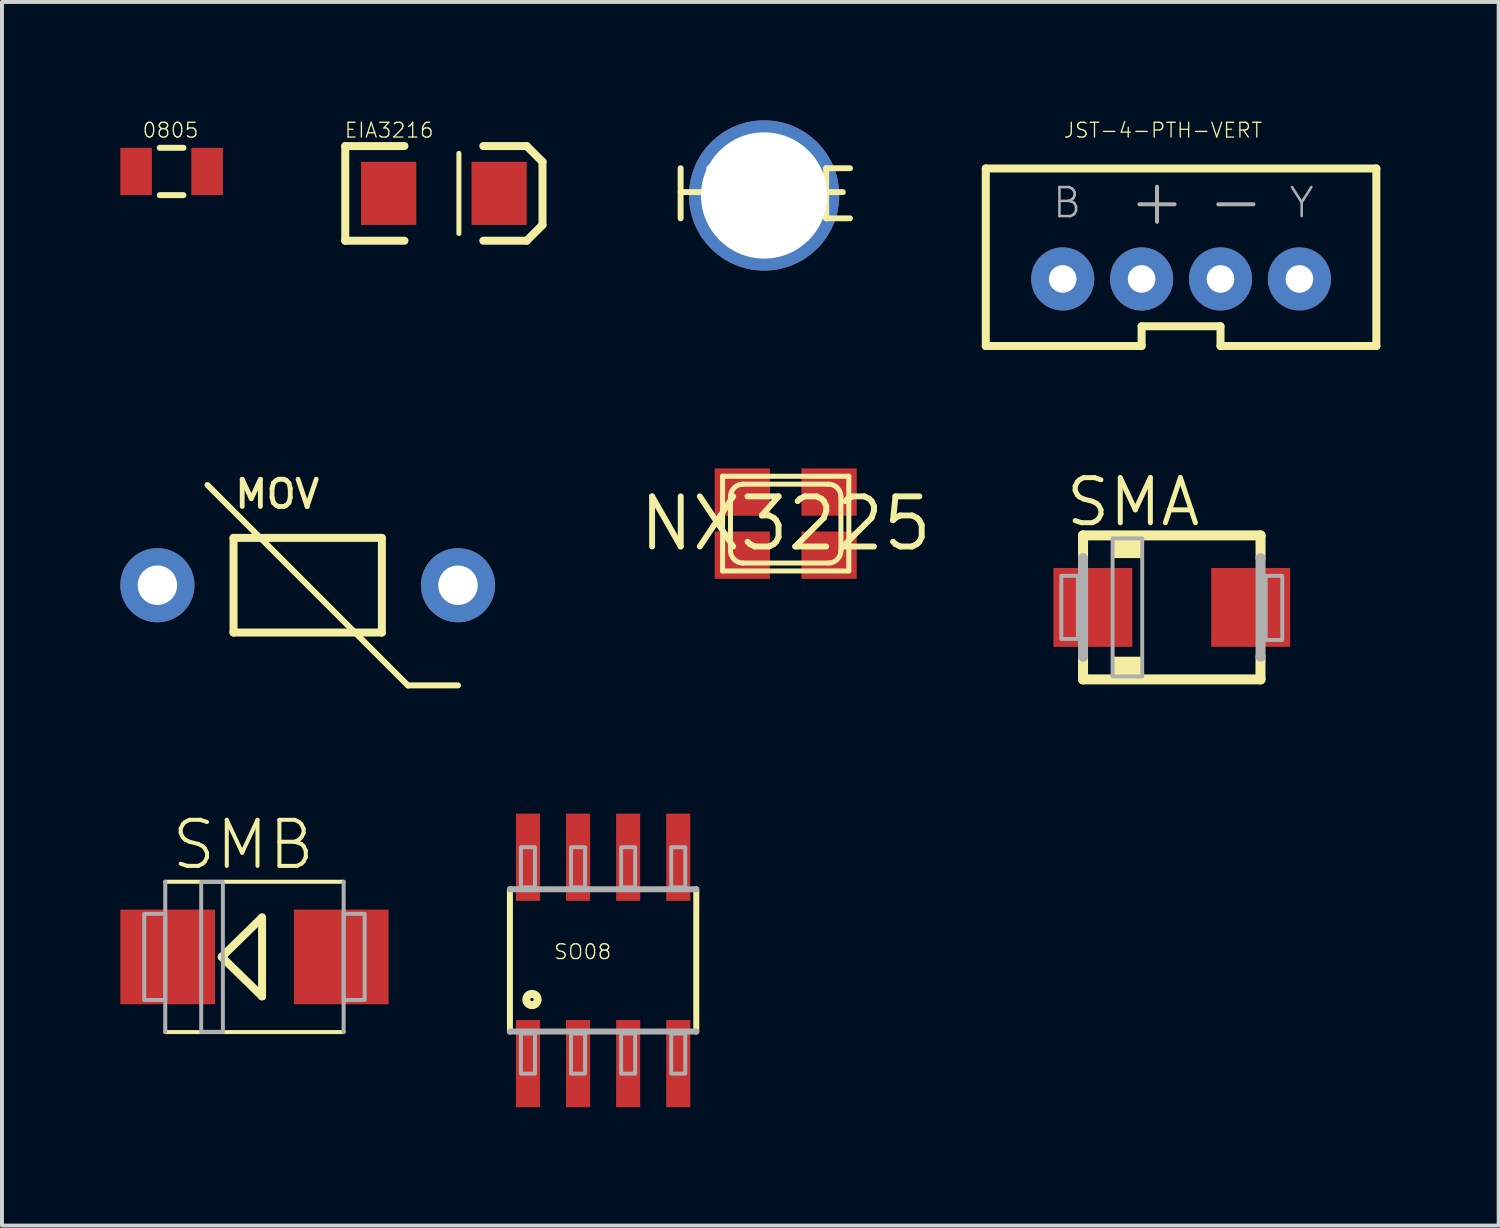
<source format=kicad_pcb>
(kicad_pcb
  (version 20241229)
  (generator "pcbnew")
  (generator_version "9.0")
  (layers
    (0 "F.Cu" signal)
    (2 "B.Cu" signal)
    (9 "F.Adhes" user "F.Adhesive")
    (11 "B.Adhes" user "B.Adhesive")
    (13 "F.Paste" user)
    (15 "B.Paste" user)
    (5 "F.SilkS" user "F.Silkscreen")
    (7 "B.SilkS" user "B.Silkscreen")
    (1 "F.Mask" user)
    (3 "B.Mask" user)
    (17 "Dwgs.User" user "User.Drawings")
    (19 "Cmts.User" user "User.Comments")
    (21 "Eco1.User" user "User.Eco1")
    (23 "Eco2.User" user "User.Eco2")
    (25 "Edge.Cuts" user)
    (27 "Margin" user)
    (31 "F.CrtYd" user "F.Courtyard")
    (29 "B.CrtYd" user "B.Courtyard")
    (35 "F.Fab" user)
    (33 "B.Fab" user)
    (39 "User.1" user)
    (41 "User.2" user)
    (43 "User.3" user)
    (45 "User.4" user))
  (footprint "MOV"
    (layer "F.Cu")
    (at 9.83 14.325)
    (property "Reference" "MOV" (at -6.985 -4.445 0) (unlocked yes) (layer "F.SilkS") (effects (font (size 0.691 0.691) (thickness 0.122)) (justify left bottom)))
    (fp_line (start -7.62 -5.08) (end -2.54 0) (stroke (width 0.152) (type solid)) (layer "F.SilkS"))
    (fp_line (start -6.96 -3.74) (end -3.2 -3.74) (stroke (width 0.203) (type solid)) (layer "F.SilkS"))
    (fp_line (start -6.96 -1.34) (end -6.96 -3.74) (stroke (width 0.203) (type solid)) (layer "F.SilkS"))
    (fp_line (start -3.2 -3.74) (end -3.2 -1.34) (stroke (width 0.203) (type solid)) (layer "F.SilkS"))
    (fp_line (start -3.2 -1.34) (end -6.96 -1.34) (stroke (width 0.203) (type solid)) (layer "F.SilkS"))
    (fp_line (start -2.54 0) (end -1.27 0) (stroke (width 0.152) (type solid)) (layer "F.SilkS"))
    (pad "P$1" thru_hole circle (at -8.89 -2.54) (size 1.88 1.88) (drill 1) (layers "*.Cu" "*.Mask"))
    (pad "P$2" thru_hole circle (at -1.27 -2.54) (size 1.88 1.88) (drill 1) (layers "*.Cu" "*.Mask")))
  (footprint "JST-4-PTH-VERT"
    (layer "F.Cu")
    (at 26.889 3.471)
    (property "Reference" "JST-4-PTH-VERT" (at -3 -3 0) (unlocked yes) (layer "F.SilkS") (effects (font (size 0.374 0.374) (thickness 0.033)) (justify left bottom)))
    (fp_line (start -4.95 -2.25) (end 4.95 -2.25) (stroke (width 0.203) (type solid)) (layer "F.SilkS"))
    (fp_line (start -4.95 2.25) (end -4.95 -2.25) (stroke (width 0.203) (type solid)) (layer "F.SilkS"))
    (fp_line (start -1 1.75) (end -1 2.25) (stroke (width 0.203) (type solid)) (layer "F.SilkS"))
    (fp_line (start -1 1.75) (end 1 1.75) (stroke (width 0.203) (type solid)) (layer "F.SilkS"))
    (fp_line (start -1 2.25) (end -4.95 2.25) (stroke (width 0.203) (type solid)) (layer "F.SilkS"))
    (fp_line (start 1 1.75) (end 1 2.25) (stroke (width 0.203) (type solid)) (layer "F.SilkS"))
    (fp_line (start 4.95 -2.25) (end 4.95 2.25) (stroke (width 0.203) (type solid)) (layer "F.SilkS"))
    (fp_line (start 4.95 2.25) (end 1 2.25) (stroke (width 0.203) (type solid)) (layer "F.SilkS"))
    (fp_text user "B" (at -3.3 -0.95 0) (layer "F.Fab") (effects (font (size 0.736 0.736) (thickness 0.064)) (justify left bottom)))
    (fp_text user "+" (at -1.4 -0.75 0) (layer "F.Fab") (effects (font (size 1.168 1.168) (thickness 0.102)) (justify left bottom)))
    (fp_text user "Y" (at 2.7 -0.95 0) (layer "F.Fab") (effects (font (size 0.736 0.736) (thickness 0.064)) (justify left bottom)))
    (fp_text user "-" (at 0.6 -0.75 0) (layer "F.Fab") (effects (font (size 1.168 1.168) (thickness 0.102)) (justify left bottom)))
    (pad "1" thru_hole circle (at -3 0.55) (size 1.6 1.6) (drill 0.7) (layers "*.Cu" "*.Mask"))
    (pad "2" thru_hole circle (at -1 0.55) (size 1.6 1.6) (drill 0.7) (layers "*.Cu" "*.Mask"))
    (pad "3" thru_hole circle (at 1 0.55) (size 1.6 1.6) (drill 0.7) (layers "*.Cu" "*.Mask"))
    (pad "4" thru_hole circle (at 3 0.55) (size 1.6 1.6) (drill 0.7) (layers "*.Cu" "*.Mask")))
  (footprint "SMB"
    (layer "F.Cu")
    (at 3.4 21.207)
    (property "Reference" "SMB" (at -2.159 -2.159 0) (unlocked yes) (layer "F.SilkS") (effects (font (size 1.168 1.168) (thickness 0.102)) (justify left bottom)))
    (fp_line (start -2.261 -1.905) (end 2.261 -1.905) (stroke (width 0.102) (type solid)) (layer "F.SilkS"))
    (fp_line (start -2.261 1.905) (end 2.261 1.905) (stroke (width 0.102) (type solid)) (layer "F.SilkS"))
    (fp_line (start -0.83 0) (end 0.193 1) (stroke (width 0.203) (type solid)) (layer "F.SilkS"))
    (fp_line (start 0.193 -1) (end -0.83 0) (stroke (width 0.203) (type solid)) (layer "F.SilkS"))
    (fp_line (start 0.193 1) (end 0.193 -1) (stroke (width 0.203) (type solid)) (layer "F.SilkS"))
    (fp_line (start -2.261 1.905) (end -2.261 -1.905) (stroke (width 0.102) (type solid)) (layer "F.Fab"))
    (fp_line (start 2.261 1.905) (end 2.261 -1.905) (stroke (width 0.102) (type solid)) (layer "F.Fab"))
    (fp_poly (pts (xy -2.794 1.092) (xy -2.261 1.092) (xy -2.261 -1.092) (xy -2.794 -1.092)) (stroke (width 0.1) (type default)) (fill no) (layer "F.Fab"))
    (fp_poly (pts (xy -1.35 1.9) (xy -0.8 1.9) (xy -0.8 -1.9) (xy -1.35 -1.9)) (stroke (width 0.1) (type default)) (fill no) (layer "F.Fab"))
    (fp_poly (pts (xy 2.261 1.092) (xy 2.794 1.092) (xy 2.794 -1.092) (xy 2.261 -1.092)) (stroke (width 0.1) (type default)) (fill no) (layer "F.Fab"))
    (pad "A" smd rect (at 2.2 0) (size 2.4 2.4) (layers "F.Cu" "F.Mask" "F.Paste"))
    (pad "C" smd rect (at -2.2 0) (size 2.4 2.4) (layers "F.Cu" "F.Mask" "F.Paste")))
  (footprint "SMA"
    (layer "F.Cu")
    (at 26.654 12.347)
    (property "Reference" "SMA" (at -2.75 -2 0) (unlocked yes) (layer "F.SilkS") (effects (font (size 1.143 1.143) (thickness 0.127)) (justify left bottom)))
    (fp_line (start -2.25 -1.825) (end -2.25 -1.25) (stroke (width 0.254) (type solid)) (layer "F.SilkS"))
    (fp_line (start -2.25 -1.825) (end 2.25 -1.825) (stroke (width 0.254) (type solid)) (layer "F.SilkS"))
    (fp_line (start -2.25 1.825) (end -2.25 1.25) (stroke (width 0.254) (type solid)) (layer "F.SilkS"))
    (fp_line (start 2.25 -1.825) (end 2.25 -1.25) (stroke (width 0.254) (type solid)) (layer "F.SilkS"))
    (fp_line (start 2.25 1.825) (end -2.25 1.825) (stroke (width 0.254) (type solid)) (layer "F.SilkS"))
    (fp_arc (start 2.25 1.825) (mid 2.247611 1.5375) (end 2.25 1.25) (stroke (width 0.254) (type solid)) (layer "F.SilkS"))
    (fp_poly (pts (xy -1.5 -1.25) (xy -0.75 -1.25) (xy -0.75 -1.75) (xy -1.5 -1.75)) (stroke (width 0) (type default)) (fill yes) (layer "F.SilkS"))
    (fp_poly (pts (xy -1.5 1.75) (xy -0.75 1.75) (xy -0.75 1.25) (xy -1.5 1.25)) (stroke (width 0) (type default)) (fill yes) (layer "F.SilkS"))
    (fp_line (start -2.25 1.25) (end -2.25 -1.25) (stroke (width 0.254) (type solid)) (layer "F.Fab"))
    (fp_line (start 2.25 -1.25) (end 2.25 1.25) (stroke (width 0.254) (type solid)) (layer "F.Fab"))
    (fp_poly (pts (xy -2.8 0.8) (xy -2.38 0.8) (xy -2.38 -0.8) (xy -2.8 -0.8)) (stroke (width 0.1) (type default)) (fill no) (layer "F.Fab"))
    (fp_poly (pts (xy -1.5 1.75) (xy -0.75 1.75) (xy -0.75 -1.75) (xy -1.5 -1.75)) (stroke (width 0.1) (type default)) (fill no) (layer "F.Fab"))
    (fp_poly (pts (xy 2.38 0.825) (xy 2.8 0.825) (xy 2.8 -0.8) (xy 2.38 -0.8)) (stroke (width 0.1) (type default)) (fill no) (layer "F.Fab"))
    (pad "A" smd rect (at 2 0) (size 2 2) (layers "F.Cu" "F.Mask" "F.Paste"))
    (pad "C" smd rect (at -2 0) (size 2 2) (layers "F.Cu" "F.Mask" "F.Paste")))
  (footprint "HOLE"
    (layer "F.Cu")
    (at 16.32 1.905)
    (property "Reference" "HOLE" (at 0 0 0) (unlocked yes) (layer "F.SilkS") (effects (font (size 1.27 1.27) (thickness 0.15))))
    (pad "P$1" thru_hole circle (at 0 0) (size 3.81 3.81) (drill 3.2) (layers "*.Cu" "*.Mask")))
  (footprint "EIA3216"
    (layer "F.Cu")
    (at 8.202 1.852)
    (property "Reference" "EIA3216" (at -2.54 -1.381 0) (unlocked yes) (layer "F.SilkS") (effects (font (size 0.374 0.374) (thickness 0.033)) (justify left bottom)))
    (fp_line (start -2.5 -1.2) (end -1 -1.2) (stroke (width 0.203) (type solid)) (layer "F.SilkS"))
    (fp_line (start -2.5 1.2) (end -2.5 -1.2) (stroke (width 0.203) (type solid)) (layer "F.SilkS"))
    (fp_line (start -1 1.2) (end -2.5 1.2) (stroke (width 0.203) (type solid)) (layer "F.SilkS"))
    (fp_line (start 0.381 -1.016) (end 0.381 1.016) (stroke (width 0.127) (type solid)) (layer "F.SilkS"))
    (fp_line (start 1 1.2) (end 2.1 1.2) (stroke (width 0.203) (type solid)) (layer "F.SilkS"))
    (fp_line (start 2.1 -1.2) (end 1 -1.2) (stroke (width 0.203) (type solid)) (layer "F.SilkS"))
    (fp_line (start 2.1 1.2) (end 2.5 0.8) (stroke (width 0.203) (type solid)) (layer "F.SilkS"))
    (fp_line (start 2.5 -0.8) (end 2.1 -1.2) (stroke (width 0.203) (type solid)) (layer "F.SilkS"))
    (fp_line (start 2.5 0.8) (end 2.5 -0.8) (stroke (width 0.203) (type solid)) (layer "F.SilkS"))
    (pad "A" smd rect (at 1.4 0 90) (size 1.6 1.4) (layers "F.Cu" "F.Mask" "F.Paste"))
    (pad "C" smd rect (at -1.4 0 90) (size 1.6 1.4) (layers "F.Cu" "F.Mask" "F.Paste")))
  (footprint "SO08"
    (layer "F.Cu")
    (at 12.238 21.296)
    (property "Reference" "SO08" (at -1.27 0 0) (unlocked yes) (layer "F.SilkS") (effects (font (size 0.374 0.374) (thickness 0.033)) (justify left bottom)))
    (fp_line (start -2.362 -1.803) (end -2.362 1.803) (stroke (width 0.152) (type solid)) (layer "F.SilkS"))
    (fp_line (start 2.362 1.803) (end 2.362 -1.803) (stroke (width 0.152) (type solid)) (layer "F.SilkS"))
    (fp_circle (center -1.803 0.991) (end -1.66 0.991) (stroke (width 0.203) (type solid)) (fill no) (layer "F.SilkS"))
    (fp_line (start -2.362 1.803) (end 2.362 1.803) (stroke (width 0.152) (type solid)) (layer "F.Fab"))
    (fp_line (start 2.362 -1.803) (end -2.362 -1.803) (stroke (width 0.152) (type solid)) (layer "F.Fab"))
    (fp_poly (pts (xy -2.083 -1.854) (xy -1.727 -1.854) (xy -1.727 -2.87) (xy -2.083 -2.87)) (stroke (width 0.1) (type default)) (fill no) (layer "F.Fab"))
    (fp_poly (pts (xy -2.083 2.87) (xy -1.727 2.87) (xy -1.727 1.854) (xy -2.083 1.854)) (stroke (width 0.1) (type default)) (fill no) (layer "F.Fab"))
    (fp_poly (pts (xy -0.813 -1.854) (xy -0.457 -1.854) (xy -0.457 -2.87) (xy -0.813 -2.87)) (stroke (width 0.1) (type default)) (fill no) (layer "F.Fab"))
    (fp_poly (pts (xy -0.813 2.87) (xy -0.457 2.87) (xy -0.457 1.854) (xy -0.813 1.854)) (stroke (width 0.1) (type default)) (fill no) (layer "F.Fab"))
    (fp_poly (pts (xy 0.457 -1.854) (xy 0.813 -1.854) (xy 0.813 -2.87) (xy 0.457 -2.87)) (stroke (width 0.1) (type default)) (fill no) (layer "F.Fab"))
    (fp_poly (pts (xy 0.457 2.87) (xy 0.813 2.87) (xy 0.813 1.854) (xy 0.457 1.854)) (stroke (width 0.1) (type default)) (fill no) (layer "F.Fab"))
    (fp_poly (pts (xy 1.727 -1.854) (xy 2.083 -1.854) (xy 2.083 -2.87) (xy 1.727 -2.87)) (stroke (width 0.1) (type default)) (fill no) (layer "F.Fab"))
    (fp_poly (pts (xy 1.727 2.87) (xy 2.083 2.87) (xy 2.083 1.854) (xy 1.727 1.854)) (stroke (width 0.1) (type default)) (fill no) (layer "F.Fab"))
    (pad "1" smd rect (at -1.905 2.616) (size 0.61 2.21) (layers "F.Cu" "F.Mask" "F.Paste"))
    (pad "2" smd rect (at -0.635 2.616) (size 0.61 2.21) (layers "F.Cu" "F.Mask" "F.Paste"))
    (pad "3" smd rect (at 0.635 2.616) (size 0.61 2.21) (layers "F.Cu" "F.Mask" "F.Paste"))
    (pad "4" smd rect (at 1.905 2.616) (size 0.61 2.21) (layers "F.Cu" "F.Mask" "F.Paste"))
    (pad "5" smd rect (at 1.905 -2.616) (size 0.61 2.21) (layers "F.Cu" "F.Mask" "F.Paste"))
    (pad "6" smd rect (at 0.635 -2.616) (size 0.61 2.21) (layers "F.Cu" "F.Mask" "F.Paste"))
    (pad "7" smd rect (at -0.635 -2.616) (size 0.61 2.21) (layers "F.Cu" "F.Mask" "F.Paste"))
    (pad "8" smd rect (at -1.905 -2.616) (size 0.61 2.21) (layers "F.Cu" "F.Mask" "F.Paste")))
  (footprint "NX3225"
    (layer "F.Cu")
    (at 16.867 10.223)
    (property "Reference" "NX3225" (at 0 0 0) (unlocked yes) (layer "F.SilkS") (effects (font (size 1.27 1.27) (thickness 0.15))))
    (fp_line (start -1.6 -1.2) (end -1.6 1.2) (stroke (width 0.127) (type solid)) (layer "F.SilkS"))
    (fp_line (start -1.6 1.2) (end 1.6 1.2) (stroke (width 0.127) (type solid)) (layer "F.SilkS"))
    (fp_line (start -1.4 0.682) (end -1.4 -0.682) (stroke (width 0.127) (type solid)) (layer "F.SilkS"))
    (fp_line (start -1.083 -1) (end 1.083 -1) (stroke (width 0.127) (type solid)) (layer "F.SilkS"))
    (fp_line (start 1.083 1) (end -1.083 1) (stroke (width 0.127) (type solid)) (layer "F.SilkS"))
    (fp_line (start 1.4 -0.682) (end 1.4 0.682) (stroke (width 0.127) (type solid)) (layer "F.SilkS"))
    (fp_line (start 1.6 -1.2) (end -1.6 -1.2) (stroke (width 0.127) (type solid)) (layer "F.SilkS"))
    (fp_line (start 1.6 1.2) (end 1.6 -1.2) (stroke (width 0.127) (type solid)) (layer "F.SilkS"))
    (fp_arc (start -1.4 -0.6825) (mid -1.307006 -0.907006) (end -1.0825 -1) (stroke (width 0.127) (type solid)) (layer "F.SilkS"))
    (fp_arc (start -1.0825 1) (mid -1.307006 0.907006) (end -1.4 0.6825) (stroke (width 0.127) (type solid)) (layer "F.SilkS"))
    (fp_arc (start 1.0825 -1) (mid 1.307006 -0.907006) (end 1.4 -0.6825) (stroke (width 0.127) (type solid)) (layer "F.SilkS"))
    (fp_arc (start 1.4 0.6825) (mid 1.307006 0.907006) (end 1.0825 1) (stroke (width 0.127) (type solid)) (layer "F.SilkS"))
    (pad "1" smd rect (at -1.1 -0.8 90) (size 1.2 1.4) (layers "F.Cu" "F.Mask" "F.Paste"))
    (pad "2" smd rect (at 1.1 -0.8 90) (size 1.2 1.4) (layers "F.Cu" "F.Mask" "F.Paste"))
    (pad "3" smd rect (at 1.1 0.8 90) (size 1.2 1.4) (layers "F.Cu" "F.Mask" "F.Paste"))
    (pad "4" smd rect (at -1.1 0.8 90) (size 1.2 1.4) (layers "F.Cu" "F.Mask" "F.Paste")))
  (footprint "0805"
    (layer "F.Cu")
    (at 1.3 1.297)
    (property "Reference" "0805" (at -0.762 -0.826 0) (unlocked yes) (layer "F.SilkS") (effects (font (size 0.374 0.374) (thickness 0.033)) (justify left bottom)))
    (fp_line (start -0.3 -0.6) (end 0.3 -0.6) (stroke (width 0.152) (type solid)) (layer "F.SilkS"))
    (fp_line (start -0.3 0.6) (end 0.3 0.6) (stroke (width 0.152) (type solid)) (layer "F.SilkS"))
    (pad "1" smd rect (at -0.9 0) (size 0.8 1.2) (layers "F.Cu" "F.Mask" "F.Paste"))
    (pad "2" smd rect (at 0.9 0) (size 0.8 1.2) (layers "F.Cu" "F.Mask" "F.Paste")))
  (gr_rect
    (start -3 -3)
    (end 34.94 28.017)
    (stroke (width 0.1) (type default))
    (fill no)
    (layer "Edge.Cuts")))
</source>
